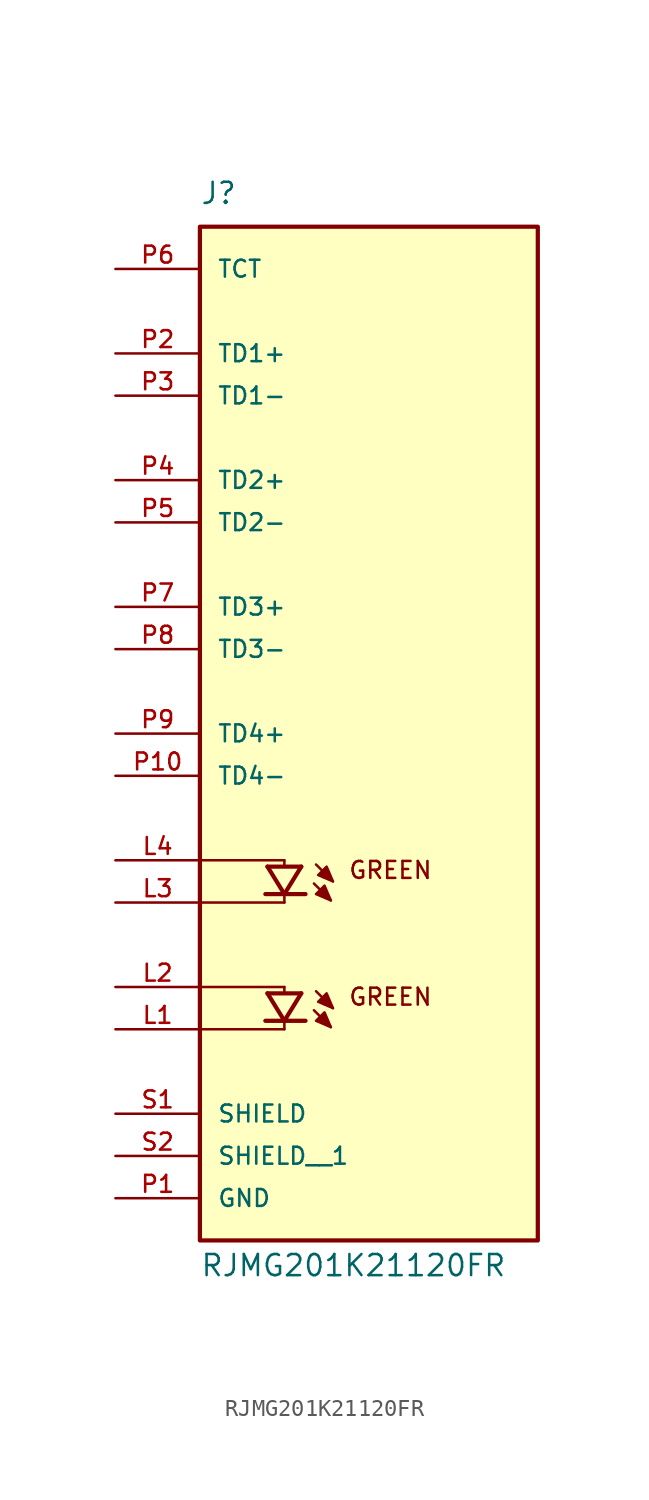
<source format=kicad_sym>
(kicad_symbol_lib
  (version 20211014)
  (generator kicad_symbol_editor)
  (symbol "RJMG201K21120FR"
    (pin_names
      (offset 1.016))
    (property "Reference" "J"
      (at -10.16 29.21 0)
      (effects (font (size 1.27 1.27)) (justify bottom left)))
    (property "Value" "RJMG201K21120FR"
      (at -10.16 -33.782 0)
      (effects (font (size 1.27 1.27)) (justify top left)))
    (symbol "RJMG201K21120FR_0_0"
      (polyline (pts (xy -6.096 -18.161) (xy -5.08 -19.812)) (stroke (width 0.254)))
      (polyline (pts (xy -5.08 -19.812) (xy -4.064 -18.161)) (stroke (width 0.254)))
      (polyline (pts (xy -6.223 -19.812) (xy -5.08 -19.812)) (stroke (width 0.254)))
      (polyline (pts (xy -5.08 -19.812) (xy -3.81 -19.812)) (stroke (width 0.254)))
      (polyline (pts (xy -6.096 -18.161) (xy -4.064 -18.161)) (stroke (width 0.254)))
      (polyline (pts (xy -3.175 -18.034) (xy -2.159 -19.05)) (stroke (width 0.152)))
      (polyline (pts (xy -3.302 -19.177) (xy -2.286 -20.193)) (stroke (width 0.152)))
      (polyline (pts (xy -5.08 -17.78) (xy -5.08 -18.034)) (stroke (width 0.152)))
      (polyline (pts (xy -5.08 -19.939) (xy -5.08 -20.32)) (stroke (width 0.152)))
      (polyline (pts (xy -10.16 -17.78) (xy -5.08 -17.78)) (stroke (width 0.152)))
      (polyline (pts (xy -5.08 -20.32) (xy -10.16 -20.32)) (stroke (width 0.152)))
      (polyline (pts (xy -2.159 -19.05) (xy -2.54 -18.161) (xy -3.048 -18.669) (xy -2.159 -19.05)) (stroke (width 0.152)) (fill (type outline)))
      (polyline (pts (xy -2.286 -20.193) (xy -2.667 -19.304) (xy -3.175 -19.812) (xy -2.286 -20.193)) (stroke (width 0.152)) (fill (type outline)))
      (text "GREEN" (at -1.27 -17.78 0) (effects (font (size 1.016 1.016)) (justify top left)))
      (polyline (pts (xy -6.096 -10.541) (xy -5.08 -12.192)) (stroke (width 0.254)))
      (polyline (pts (xy -5.08 -12.192) (xy -4.064 -10.541)) (stroke (width 0.254)))
      (polyline (pts (xy -6.223 -12.192) (xy -5.08 -12.192)) (stroke (width 0.254)))
      (polyline (pts (xy -5.08 -12.192) (xy -3.81 -12.192)) (stroke (width 0.254)))
      (polyline (pts (xy -6.096 -10.541) (xy -4.064 -10.541)) (stroke (width 0.254)))
      (polyline (pts (xy -3.175 -10.414) (xy -2.159 -11.43)) (stroke (width 0.152)))
      (polyline (pts (xy -3.302 -11.557) (xy -2.286 -12.573)) (stroke (width 0.152)))
      (polyline (pts (xy -5.08 -10.16) (xy -5.08 -10.414)) (stroke (width 0.152)))
      (polyline (pts (xy -5.08 -12.319) (xy -5.08 -12.7)) (stroke (width 0.152)))
      (polyline (pts (xy -10.16 -10.16) (xy -5.08 -10.16)) (stroke (width 0.152)))
      (polyline (pts (xy -5.08 -12.7) (xy -10.16 -12.7)) (stroke (width 0.152)))
      (polyline (pts (xy -2.159 -11.43) (xy -2.54 -10.541) (xy -3.048 -11.049) (xy -2.159 -11.43)) (stroke (width 0.152)) (fill (type outline)))
      (polyline (pts (xy -2.286 -12.573) (xy -2.667 -11.684) (xy -3.175 -12.192) (xy -2.286 -12.573)) (stroke (width 0.152)) (fill (type outline)))
      (text "GREEN" (at -1.27 -10.16 0) (effects (font (size 1.016 1.016)) (justify top left)))
      (rectangle (start -10.16 -33.02) (end 10.16 27.94) (stroke (width 0.254)) (fill (type background)))
      (pin passive line (at -15.24 5.08 0) (length 5.08) (name "TD3+" (effects (font (size 1.016 1.016)))) (number "P7" (effects (font (size 1.016 1.016)))))
      (pin passive line (at -15.24 10.16 0) (length 5.08) (name "TD2-" (effects (font (size 1.016 1.016)))) (number "P5" (effects (font (size 1.016 1.016)))))
      (pin passive line (at -15.24 12.7 0) (length 5.08) (name "TD2+" (effects (font (size 1.016 1.016)))) (number "P4" (effects (font (size 1.016 1.016)))))
      (pin passive line (at -15.24 17.78 0) (length 5.08) (name "TD1-" (effects (font (size 1.016 1.016)))) (number "P3" (effects (font (size 1.016 1.016)))))
      (pin passive line (at -15.24 -12.7 0) (length 5.08) (name "~" (effects (font (size 1.016 1.016)))) (number "L3" (effects (font (size 1.016 1.016)))))
      (pin passive line (at -15.24 -10.16 0) (length 5.08) (name "~" (effects (font (size 1.016 1.016)))) (number "L4" (effects (font (size 1.016 1.016)))))
      (pin passive line (at -15.24 -17.78 0) (length 5.08) (name "~" (effects (font (size 1.016 1.016)))) (number "L2" (effects (font (size 1.016 1.016)))))
      (pin passive line (at -15.24 -20.32 0) (length 5.08) (name "~" (effects (font (size 1.016 1.016)))) (number "L1" (effects (font (size 1.016 1.016)))))
      (pin passive line (at -15.24 25.4 0) (length 5.08) (name "TCT" (effects (font (size 1.016 1.016)))) (number "P6" (effects (font (size 1.016 1.016)))))
      (pin passive line (at -15.24 20.32 0) (length 5.08) (name "TD1+" (effects (font (size 1.016 1.016)))) (number "P2" (effects (font (size 1.016 1.016)))))
      (pin passive line (at -15.24 -25.4 0) (length 5.08) (name "SHIELD" (effects (font (size 1.016 1.016)))) (number "S1" (effects (font (size 1.016 1.016)))))
      (pin passive line (at -15.24 2.54 0) (length 5.08) (name "TD3-" (effects (font (size 1.016 1.016)))) (number "P8" (effects (font (size 1.016 1.016)))))
      (pin passive line (at -15.24 -2.54 0) (length 5.08) (name "TD4+" (effects (font (size 1.016 1.016)))) (number "P9" (effects (font (size 1.016 1.016)))))
      (pin passive line (at -15.24 -5.08 0) (length 5.08) (name "TD4-" (effects (font (size 1.016 1.016)))) (number "P10" (effects (font (size 1.016 1.016)))))
      (pin power_in line (at -15.24 -30.48 0) (length 5.08) (name "GND" (effects (font (size 1.016 1.016)))) (number "P1" (effects (font (size 1.016 1.016)))))
      (pin passive line (at -15.24 -27.94 0) (length 5.08) (name "SHIELD__1" (effects (font (size 1.016 1.016)))) (number "S2" (effects (font (size 1.016 1.016))))))))
</source>
